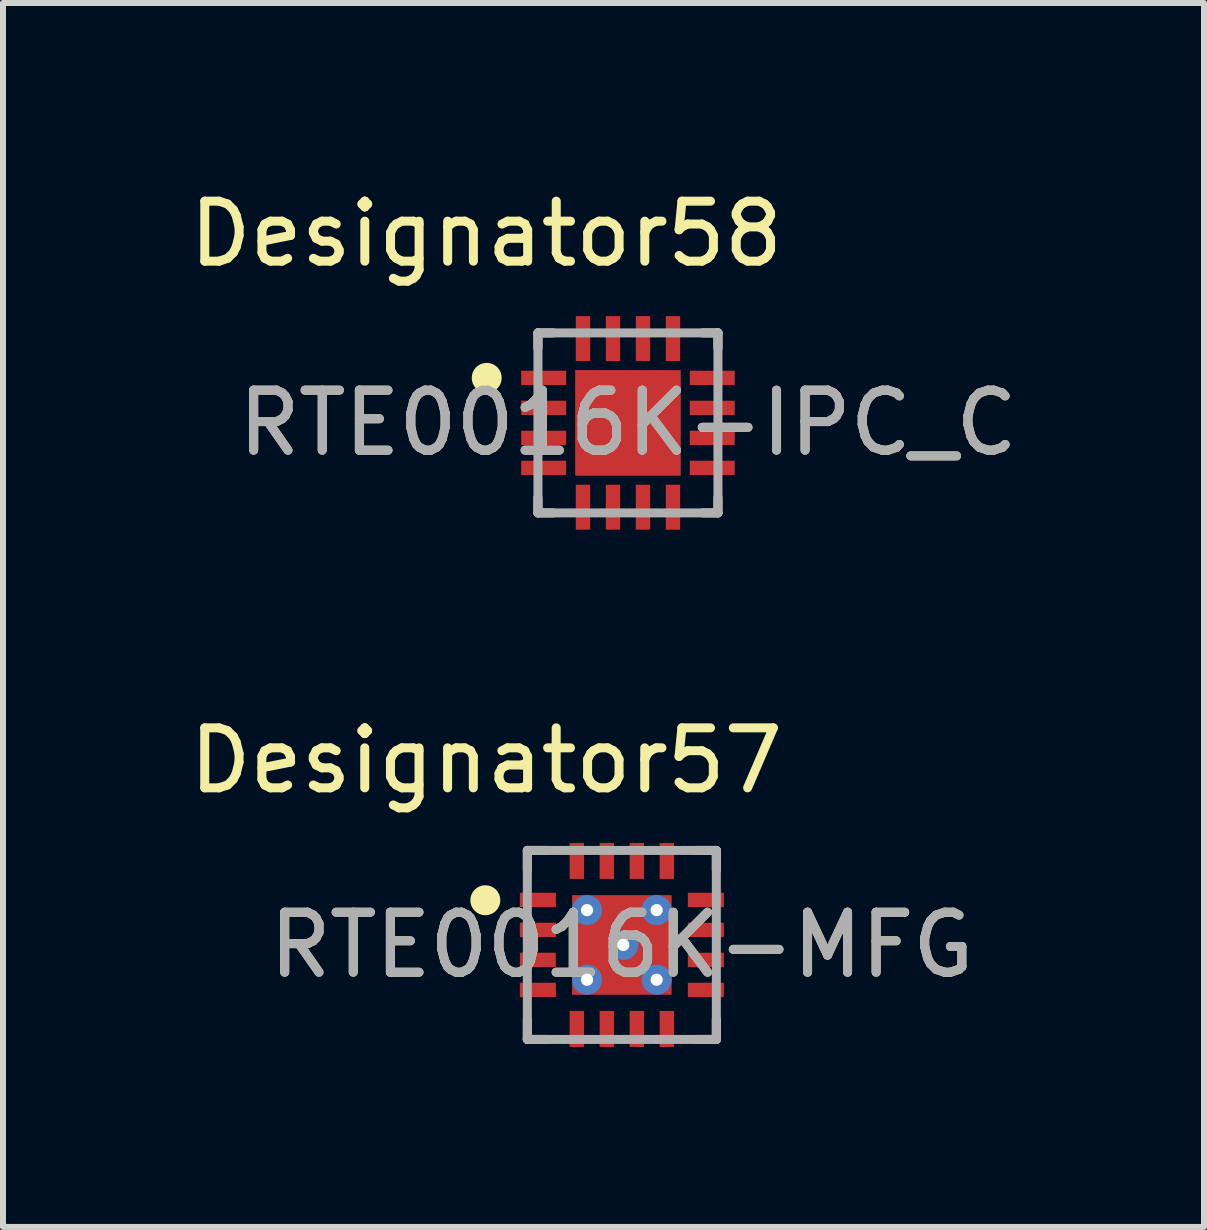
<source format=kicad_pcb>
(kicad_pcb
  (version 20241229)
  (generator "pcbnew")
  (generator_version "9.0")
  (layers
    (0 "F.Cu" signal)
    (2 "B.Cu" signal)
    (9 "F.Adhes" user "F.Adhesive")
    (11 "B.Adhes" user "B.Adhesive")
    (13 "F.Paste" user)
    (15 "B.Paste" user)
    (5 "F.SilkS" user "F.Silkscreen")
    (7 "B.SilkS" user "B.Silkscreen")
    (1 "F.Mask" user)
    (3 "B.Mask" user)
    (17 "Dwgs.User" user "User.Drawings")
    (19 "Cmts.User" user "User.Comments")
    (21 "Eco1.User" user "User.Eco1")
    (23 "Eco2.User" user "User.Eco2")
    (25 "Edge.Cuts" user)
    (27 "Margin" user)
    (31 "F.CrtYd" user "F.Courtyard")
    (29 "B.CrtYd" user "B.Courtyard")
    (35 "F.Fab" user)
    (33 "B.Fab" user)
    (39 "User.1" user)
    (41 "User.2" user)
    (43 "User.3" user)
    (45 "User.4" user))
  (footprint "RTE0016K-IPC_C"
    (layer "F.Cu")
    (at 7.416 3.998)
    (property "Reference" "RTE0016K-IPC_C" (at 0 0 0) (unlocked yes) (layer "F.SilkS") (effects (font (size 1 1) (thickness 0.15))))
    (attr smd)
    (fp_line (start -1.5 -1.5) (end -1.245 -1.5) (stroke (width 0.15) (type solid)) (layer "F.SilkS"))
    (fp_line (start -1.5 -1.245) (end -1.5 -1.5) (stroke (width 0.15) (type solid)) (layer "F.SilkS"))
    (fp_line (start -1.5 1.5) (end -1.5 1.245) (stroke (width 0.15) (type solid)) (layer "F.SilkS"))
    (fp_line (start -1.5 1.5) (end -1.245 1.5) (stroke (width 0.15) (type solid)) (layer "F.SilkS"))
    (fp_line (start 1.245 -1.5) (end 1.5 -1.5) (stroke (width 0.15) (type solid)) (layer "F.SilkS"))
    (fp_line (start 1.245 1.5) (end 1.5 1.5) (stroke (width 0.15) (type solid)) (layer "F.SilkS"))
    (fp_line (start 1.5 -1.245) (end 1.5 -1.5) (stroke (width 0.15) (type solid)) (layer "F.SilkS"))
    (fp_line (start 1.5 1.5) (end 1.5 1.245) (stroke (width 0.15) (type solid)) (layer "F.SilkS"))
    (fp_circle (center -2.354 -0.75) (end -2.229 -0.75) (stroke (width 0.25) (type solid)) (fill no) (layer "F.SilkS"))
    (fp_poly (pts (xy -0.557 0.557) (xy 0.557 0.557) (xy 0.557 -0.557) (xy -0.557 -0.557)) (stroke (width 0) (type solid)) (fill yes) (layer "F.Paste"))
    (fp_line (start -1.5 -1.5) (end 1.5 -1.5) (stroke (width 0.15) (type solid)) (layer "F.Fab"))
    (fp_line (start -1.5 1.5) (end -1.5 -1.5) (stroke (width 0.15) (type solid)) (layer "F.Fab"))
    (fp_line (start -1.5 1.5) (end 1.5 1.5) (stroke (width 0.15) (type solid)) (layer "F.Fab"))
    (fp_line (start 1.5 1.5) (end 1.5 -1.5) (stroke (width 0.15) (type solid)) (layer "F.Fab"))
    (fp_text user "Designator58" (at -2.362 -3.15 0) (unlocked yes) (layer "F.SilkS") (effects (font (size 1 1) (thickness 0.15))))
    (fp_text user "${REFERENCE}" (at 0 0 0) (unlocked yes) (layer "F.Fab") (effects (font (size 1 1) (thickness 0.15))))
    (pad "1" smd rect (at -1.405 -0.75 90) (size 0.239 0.749) (layers "F.Cu" "F.Mask" "F.Paste"))
    (pad "2" smd rect (at -1.405 -0.25 90) (size 0.239 0.749) (layers "F.Cu" "F.Mask" "F.Paste"))
    (pad "3" smd rect (at -1.405 0.25 90) (size 0.239 0.749) (layers "F.Cu" "F.Mask" "F.Paste"))
    (pad "4" smd rect (at -1.405 0.75 90) (size 0.239 0.749) (layers "F.Cu" "F.Mask" "F.Paste"))
    (pad "5" smd rect (at -0.75 1.405) (size 0.239 0.749) (layers "F.Cu" "F.Mask" "F.Paste"))
    (pad "6" smd rect (at -0.25 1.405) (size 0.239 0.749) (layers "F.Cu" "F.Mask" "F.Paste"))
    (pad "7" smd rect (at 0.25 1.405) (size 0.239 0.749) (layers "F.Cu" "F.Mask" "F.Paste"))
    (pad "8" smd rect (at 0.75 1.405) (size 0.239 0.749) (layers "F.Cu" "F.Mask" "F.Paste"))
    (pad "9" smd rect (at 1.405 0.75 90) (size 0.239 0.749) (layers "F.Cu" "F.Mask" "F.Paste"))
    (pad "10" smd rect (at 1.405 0.25 90) (size 0.239 0.749) (layers "F.Cu" "F.Mask" "F.Paste"))
    (pad "11" smd rect (at 1.405 -0.25 90) (size 0.239 0.749) (layers "F.Cu" "F.Mask" "F.Paste"))
    (pad "12" smd rect (at 1.405 -0.75 90) (size 0.239 0.749) (layers "F.Cu" "F.Mask" "F.Paste"))
    (pad "13" smd rect (at 0.75 -1.405) (size 0.239 0.749) (layers "F.Cu" "F.Mask" "F.Paste"))
    (pad "14" smd rect (at 0.25 -1.405) (size 0.239 0.749) (layers "F.Cu" "F.Mask" "F.Paste"))
    (pad "15" smd rect (at -0.25 -1.405) (size 0.239 0.749) (layers "F.Cu" "F.Mask" "F.Paste"))
    (pad "16" smd rect (at -0.75 -1.405) (size 0.239 0.749) (layers "F.Cu" "F.Mask" "F.Paste"))
    (pad "17" smd rect (at 0 0) (size 1.76 1.76) (layers "F.Cu" "F.Mask")))
  (footprint "RTE0016K-MFG"
    (layer "F.Cu")
    (at 7.314 12.699)
    (property "Reference" "RTE0016K-MFG" (at 0 0 0) (unlocked yes) (layer "F.SilkS") (effects (font (size 1 1) (thickness 0.15))))
    (attr smd)
    (fp_line (start -1.575 -1.575) (end -1.245 -1.575) (stroke (width 0.15) (type solid)) (layer "F.SilkS"))
    (fp_line (start -1.575 -1.245) (end -1.575 -1.575) (stroke (width 0.15) (type solid)) (layer "F.SilkS"))
    (fp_line (start -1.575 1.575) (end -1.575 1.245) (stroke (width 0.15) (type solid)) (layer "F.SilkS"))
    (fp_line (start -1.575 1.575) (end -1.245 1.575) (stroke (width 0.15) (type solid)) (layer "F.SilkS"))
    (fp_line (start 1.245 -1.575) (end 1.575 -1.575) (stroke (width 0.15) (type solid)) (layer "F.SilkS"))
    (fp_line (start 1.245 1.575) (end 1.575 1.575) (stroke (width 0.15) (type solid)) (layer "F.SilkS"))
    (fp_line (start 1.575 -1.245) (end 1.575 -1.575) (stroke (width 0.15) (type solid)) (layer "F.SilkS"))
    (fp_line (start 1.575 1.575) (end 1.575 1.245) (stroke (width 0.15) (type solid)) (layer "F.SilkS"))
    (fp_circle (center -2.275 -0.745) (end -2.15 -0.745) (stroke (width 0.25) (type solid)) (fill no) (layer "F.SilkS"))
    (fp_poly (pts (xy -0.705 -0.755) (xy 0.705 -0.755) (xy 0.755 -0.705) (xy 0.755 0.705) (xy 0.705 0.755) (xy -0.705 0.755) (xy -0.755 0.705) (xy -0.755 -0.705)) (stroke (width 0) (type solid)) (fill yes) (layer "F.Paste"))
    (fp_line (start -1.575 -1.575) (end 1.575 -1.575) (stroke (width 0.15) (type solid)) (layer "F.Fab"))
    (fp_line (start -1.575 1.575) (end -1.575 -1.575) (stroke (width 0.15) (type solid)) (layer "F.Fab"))
    (fp_line (start -1.575 1.575) (end 1.575 1.575) (stroke (width 0.15) (type solid)) (layer "F.Fab"))
    (fp_line (start 1.575 1.575) (end 1.575 -1.575) (stroke (width 0.15) (type solid)) (layer "F.Fab"))
    (fp_text user "Designator57" (at -2.261 -3.073 0) (unlocked yes) (layer "F.SilkS") (effects (font (size 1 1) (thickness 0.15))))
    (fp_text user "${REFERENCE}" (at 0 0 0) (unlocked yes) (layer "F.Fab") (effects (font (size 1 1) (thickness 0.15))))
    (pad "1" smd rect (at -1.4 -0.75 90) (size 0.24 0.6) (layers "F.Cu" "F.Mask" "F.Paste"))
    (pad "2" smd rect (at -1.4 -0.25 90) (size 0.24 0.6) (layers "F.Cu" "F.Mask" "F.Paste"))
    (pad "3" smd rect (at -1.4 0.25 90) (size 0.24 0.6) (layers "F.Cu" "F.Mask" "F.Paste"))
    (pad "4" smd rect (at -1.4 0.75 90) (size 0.24 0.6) (layers "F.Cu" "F.Mask" "F.Paste"))
    (pad "5" smd rect (at -0.75 1.4) (size 0.24 0.6) (layers "F.Cu" "F.Mask" "F.Paste"))
    (pad "6" smd rect (at -0.25 1.4) (size 0.24 0.6) (layers "F.Cu" "F.Mask" "F.Paste"))
    (pad "7" smd rect (at 0.25 1.4) (size 0.24 0.6) (layers "F.Cu" "F.Mask" "F.Paste"))
    (pad "8" smd rect (at 0.75 1.4) (size 0.24 0.6) (layers "F.Cu" "F.Mask" "F.Paste"))
    (pad "9" smd rect (at 1.4 0.75 90) (size 0.24 0.6) (layers "F.Cu" "F.Mask" "F.Paste"))
    (pad "10" smd rect (at 1.4 0.25 90) (size 0.24 0.6) (layers "F.Cu" "F.Mask" "F.Paste"))
    (pad "11" smd rect (at 1.4 -0.25 90) (size 0.24 0.6) (layers "F.Cu" "F.Mask" "F.Paste"))
    (pad "12" smd rect (at 1.4 -0.75 90) (size 0.24 0.6) (layers "F.Cu" "F.Mask" "F.Paste"))
    (pad "13" smd rect (at 0.75 -1.4) (size 0.24 0.6) (layers "F.Cu" "F.Mask" "F.Paste"))
    (pad "14" smd rect (at 0.25 -1.4) (size 0.24 0.6) (layers "F.Cu" "F.Mask" "F.Paste"))
    (pad "15" smd rect (at -0.25 -1.4) (size 0.24 0.6) (layers "F.Cu" "F.Mask" "F.Paste"))
    (pad "16" smd rect (at -0.75 -1.4) (size 0.24 0.6) (layers "F.Cu" "F.Mask" "F.Paste"))
    (pad "17" smd rect (at 0 0) (size 1.66 1.66) (layers "F.Cu" "F.Mask"))
    (pad "18" thru_hole circle (at 0.025 0) (size 0.5 0.5) (drill 0.203) (layers "*.Cu" "*.Mask"))
    (pad "19" thru_hole circle (at -0.58 0.58) (size 0.5 0.5) (drill 0.203) (layers "*.Cu" "*.Mask"))
    (pad "20" thru_hole circle (at 0.58 0.58) (size 0.5 0.5) (drill 0.203) (layers "*.Cu" "*.Mask"))
    (pad "21" thru_hole circle (at 0.58 -0.58) (size 0.5 0.5) (drill 0.203) (layers "*.Cu" "*.Mask"))
    (pad "22" thru_hole circle (at -0.58 -0.58) (size 0.5 0.5) (drill 0.203) (layers "*.Cu" "*.Mask")))
  (gr_rect
    (start -3 -3)
    (end 17.017 17.399)
    (stroke (width 0.1) (type default))
    (fill no)
    (layer "Edge.Cuts")))
</source>
